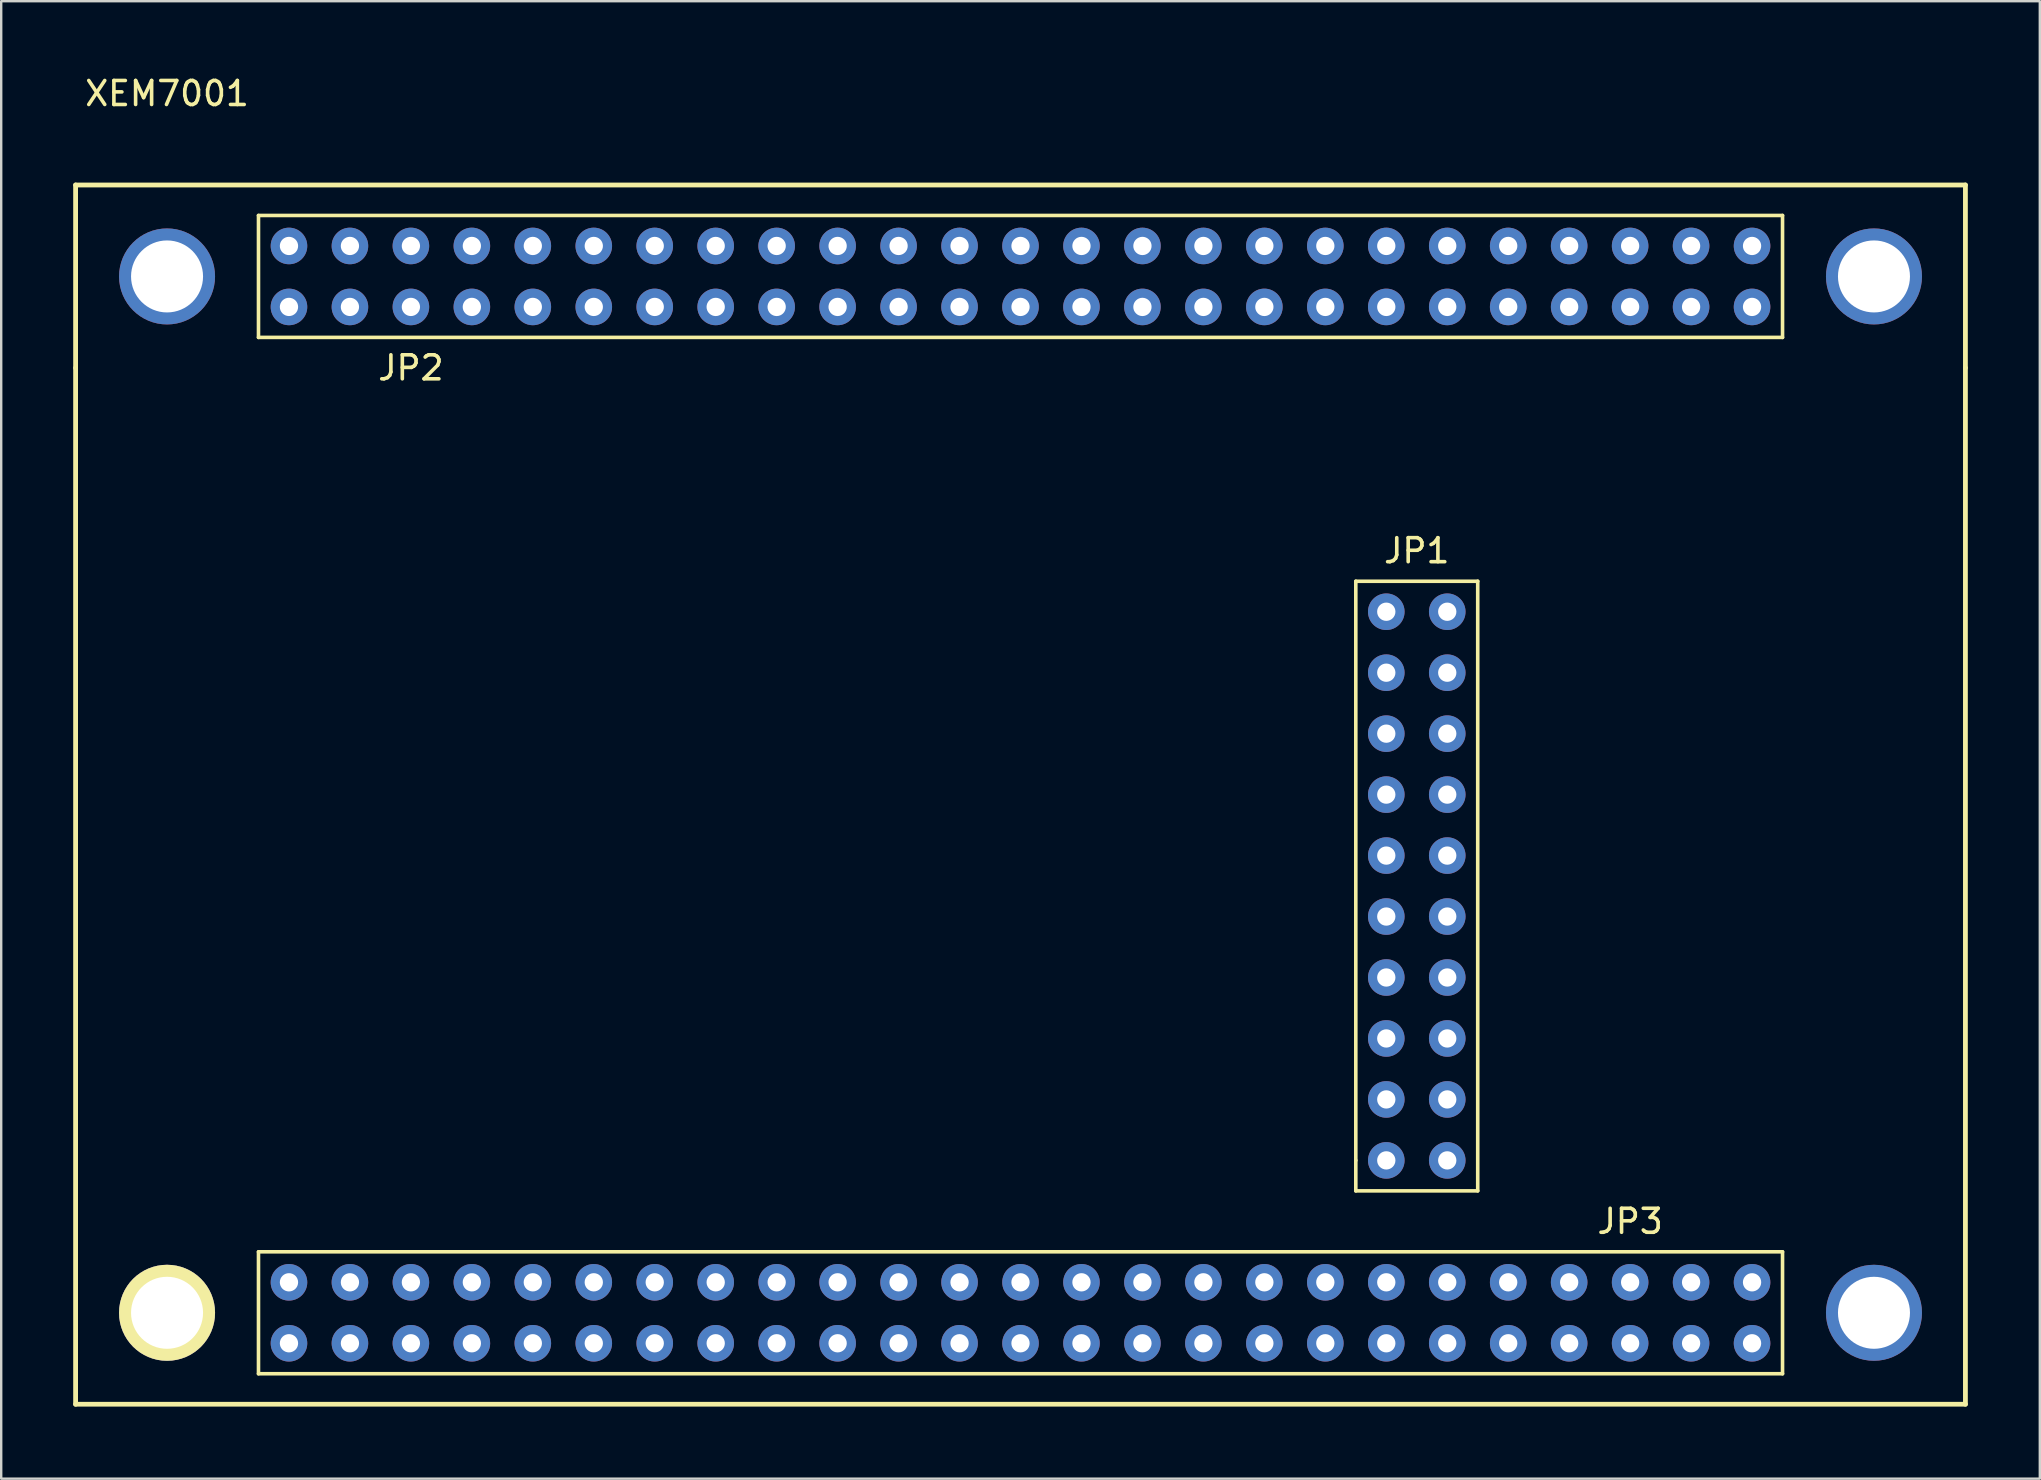
<source format=kicad_pcb>
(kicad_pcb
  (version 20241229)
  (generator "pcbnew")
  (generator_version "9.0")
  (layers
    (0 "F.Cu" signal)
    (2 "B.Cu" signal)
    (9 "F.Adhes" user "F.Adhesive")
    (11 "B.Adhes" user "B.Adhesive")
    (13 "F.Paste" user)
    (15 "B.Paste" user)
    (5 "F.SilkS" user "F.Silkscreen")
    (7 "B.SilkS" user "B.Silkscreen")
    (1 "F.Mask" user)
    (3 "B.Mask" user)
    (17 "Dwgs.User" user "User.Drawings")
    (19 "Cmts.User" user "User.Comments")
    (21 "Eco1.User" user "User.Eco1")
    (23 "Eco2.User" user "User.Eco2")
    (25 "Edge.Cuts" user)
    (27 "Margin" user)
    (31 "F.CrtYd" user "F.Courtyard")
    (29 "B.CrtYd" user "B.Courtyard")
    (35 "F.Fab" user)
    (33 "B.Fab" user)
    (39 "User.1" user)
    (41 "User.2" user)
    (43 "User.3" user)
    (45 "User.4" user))
  (footprint "XEM7001"
    (layer "F.Cu")
    (at 38.2 30.058)
    (property "Reference" "XEM7001" (at -34.29 -29.21 0) (layer "F.SilkS") (effects (font (size 1 1) (thickness 0.15))))
    (attr through_hole)
    (fp_line (start -38.1 -25.4) (end 40.64 -25.4) (stroke (width 0.2) (type solid)) (layer "F.SilkS"))
    (fp_line (start -38.1 -17.78) (end -38.1 -25.4) (stroke (width 0.2) (type solid)) (layer "F.SilkS"))
    (fp_line (start -38.1 25.4) (end -38.1 -17.78) (stroke (width 0.2) (type solid)) (layer "F.SilkS"))
    (fp_line (start -30.48 -24.13) (end -30.48 -19.05) (stroke (width 0.15) (type solid)) (layer "F.SilkS"))
    (fp_line (start -30.48 -19.05) (end 33.02 -19.05) (stroke (width 0.15) (type solid)) (layer "F.SilkS"))
    (fp_line (start -30.48 19.05) (end -30.48 24.13) (stroke (width 0.15) (type solid)) (layer "F.SilkS"))
    (fp_line (start -30.48 24.13) (end 33.02 24.13) (stroke (width 0.15) (type solid)) (layer "F.SilkS"))
    (fp_line (start 15.24 -8.89) (end 15.24 15.24) (stroke (width 0.15) (type solid)) (layer "F.SilkS"))
    (fp_line (start 15.24 15.24) (end 15.24 16.51) (stroke (width 0.15) (type solid)) (layer "F.SilkS"))
    (fp_line (start 15.24 16.51) (end 20.32 16.51) (stroke (width 0.15) (type solid)) (layer "F.SilkS"))
    (fp_line (start 20.32 -8.89) (end 15.24 -8.89) (stroke (width 0.15) (type solid)) (layer "F.SilkS"))
    (fp_line (start 20.32 16.51) (end 20.32 -8.89) (stroke (width 0.15) (type solid)) (layer "F.SilkS"))
    (fp_line (start 33.02 -24.13) (end -30.48 -24.13) (stroke (width 0.15) (type solid)) (layer "F.SilkS"))
    (fp_line (start 33.02 -19.05) (end 33.02 -24.13) (stroke (width 0.15) (type solid)) (layer "F.SilkS"))
    (fp_line (start 33.02 19.05) (end -30.48 19.05) (stroke (width 0.15) (type solid)) (layer "F.SilkS"))
    (fp_line (start 33.02 24.13) (end 33.02 19.05) (stroke (width 0.15) (type solid)) (layer "F.SilkS"))
    (fp_line (start 40.64 -25.4) (end 40.64 -17.78) (stroke (width 0.2) (type solid)) (layer "F.SilkS"))
    (fp_line (start 40.64 -17.78) (end 40.64 25.4) (stroke (width 0.2) (type solid)) (layer "F.SilkS"))
    (fp_line (start 40.64 25.4) (end -38.1 25.4) (stroke (width 0.2) (type solid)) (layer "F.SilkS"))
    (fp_text user "JP1" (at 17.78 -10.16 0) (layer "F.SilkS") (effects (font (size 1 1) (thickness 0.15))))
    (fp_text user "JP3" (at 26.67 17.78 0) (layer "F.SilkS") (effects (font (size 1 1) (thickness 0.15))))
    (fp_text user "JP2" (at -24.13 -17.78 0) (layer "F.SilkS") (effects (font (size 1 1) (thickness 0.15))))
    (pad "" np_thru_hole circle (at -34.29 -21.59) (size 4 4) (drill 3) (layers "*.Cu" "*.Mask"))
    (pad "" np_thru_hole circle (at -34.29 21.59) (size 4 4) (drill 3) (layers "*.Cu" "*.Mask" "F.SilkS"))
    (pad "" np_thru_hole circle (at 36.83 -21.59) (size 4 4) (drill 3) (layers "*.Cu" "*.Mask"))
    (pad "" np_thru_hole circle (at 36.83 21.59) (size 4 4) (drill 3) (layers "*.Cu" "*.Mask"))
    (pad "3.3A" thru_hole circle (at 21.59 -22.86) (size 1.524 1.524) (drill 0.762) (layers "*.Cu" "*.Mask"))
    (pad "3.3B" thru_hole circle (at 21.59 -20.32) (size 1.524 1.524) (drill 0.762) (layers "*.Cu" "*.Mask"))
    (pad "3.3C" thru_hole circle (at -19.05 -22.86) (size 1.524 1.524) (drill 0.762) (layers "*.Cu" "*.Mask"))
    (pad "3.3D" thru_hole circle (at -19.05 -20.32) (size 1.524 1.524) (drill 0.762) (layers "*.Cu" "*.Mask"))
    (pad "3.3E" thru_hole circle (at 16.51 -7.62) (size 1.524 1.524) (drill 0.762) (layers "*.Cu" "*.Mask"))
    (pad "3.3F" thru_hole circle (at 19.05 -7.62) (size 1.524 1.524) (drill 0.762) (layers "*.Cu" "*.Mask"))
    (pad "3.3G" thru_hole circle (at 21.59 20.32) (size 1.524 1.524) (drill 0.762) (layers "*.Cu" "*.Mask"))
    (pad "3.3H" thru_hole circle (at 21.59 22.86) (size 1.524 1.524) (drill 0.762) (layers "*.Cu" "*.Mask"))
    (pad "3.3I" thru_hole circle (at -19.05 20.32) (size 1.524 1.524) (drill 0.762) (layers "*.Cu" "*.Mask"))
    (pad "3.3J" thru_hole circle (at -19.05 22.86) (size 1.524 1.524) (drill 0.762) (layers "*.Cu" "*.Mask"))
    (pad "A2" thru_hole circle (at 16.51 10.16) (size 1.524 1.524) (drill 0.762) (layers "*.Cu" "*.Mask"))
    (pad "A3" thru_hole circle (at 19.05 10.16) (size 1.524 1.524) (drill 0.762) (layers "*.Cu" "*.Mask"))
    (pad "A8" thru_hole circle (at 29.21 20.32) (size 1.524 1.524) (drill 0.762) (layers "*.Cu" "*.Mask"))
    (pad "A9" thru_hole circle (at 24.13 20.32) (size 1.524 1.524) (drill 0.762) (layers "*.Cu" "*.Mask"))
    (pad "A10" thru_hole circle (at 19.05 22.86) (size 1.524 1.524) (drill 0.762) (layers "*.Cu" "*.Mask"))
    (pad "A12" thru_hole circle (at 13.97 22.86) (size 1.524 1.524) (drill 0.762) (layers "*.Cu" "*.Mask"))
    (pad "A13" thru_hole circle (at 6.35 20.32) (size 1.524 1.524) (drill 0.762) (layers "*.Cu" "*.Mask"))
    (pad "A14" thru_hole circle (at 6.35 22.86) (size 1.524 1.524) (drill 0.762) (layers "*.Cu" "*.Mask"))
    (pad "A15" thru_hole circle (at 1.27 22.86) (size 1.524 1.524) (drill 0.762) (layers "*.Cu" "*.Mask"))
    (pad "B1" thru_hole circle (at 16.51 7.62) (size 1.524 1.524) (drill 0.762) (layers "*.Cu" "*.Mask"))
    (pad "B2" thru_hole circle (at 19.05 7.62) (size 1.524 1.524) (drill 0.762) (layers "*.Cu" "*.Mask"))
    (pad "B9" thru_hole circle (at 19.05 20.32) (size 1.524 1.524) (drill 0.762) (layers "*.Cu" "*.Mask"))
    (pad "B10" thru_hole circle (at 16.51 20.32) (size 1.524 1.524) (drill 0.762) (layers "*.Cu" "*.Mask"))
    (pad "B12" thru_hole circle (at 13.97 20.32) (size 1.524 1.524) (drill 0.762) (layers "*.Cu" "*.Mask"))
    (pad "B14" thru_hole circle (at 3.81 22.86) (size 1.524 1.524) (drill 0.762) (layers "*.Cu" "*.Mask"))
    (pad "B15" thru_hole circle (at -1.27 20.32) (size 1.524 1.524) (drill 0.762) (layers "*.Cu" "*.Mask"))
    (pad "B16" thru_hole circle (at -1.27 22.86) (size 1.524 1.524) (drill 0.762) (layers "*.Cu" "*.Mask"))
    (pad "C1" thru_hole circle (at 16.51 5.08) (size 1.524 1.524) (drill 0.762) (layers "*.Cu" "*.Mask"))
    (pad "C2" thru_hole circle (at 19.05 5.08) (size 1.524 1.524) (drill 0.762) (layers "*.Cu" "*.Mask"))
    (pad "C4" thru_hole circle (at 19.05 12.7) (size 1.524 1.524) (drill 0.762) (layers "*.Cu" "*.Mask"))
    (pad "C8" thru_hole circle (at 26.67 20.32) (size 1.524 1.524) (drill 0.762) (layers "*.Cu" "*.Mask"))
    (pad "C9" thru_hole circle (at 24.13 22.86) (size 1.524 1.524) (drill 0.762) (layers "*.Cu" "*.Mask"))
    (pad "C11" thru_hole circle (at 16.51 22.86) (size 1.524 1.524) (drill 0.762) (layers "*.Cu" "*.Mask"))
    (pad "C12" thru_hole circle (at 11.43 20.32) (size 1.524 1.524) (drill 0.762) (layers "*.Cu" "*.Mask"))
    (pad "C14" thru_hole circle (at 1.27 20.32) (size 1.524 1.524) (drill 0.762) (layers "*.Cu" "*.Mask"))
    (pad "C16" thru_hole circle (at -3.81 20.32) (size 1.524 1.524) (drill 0.762) (layers "*.Cu" "*.Mask"))
    (pad "CLK1" thru_hole circle (at 29.21 -22.86) (size 1.524 1.524) (drill 0.762) (layers "*.Cu" "*.Mask"))
    (pad "CLK2" thru_hole circle (at -26.67 22.86) (size 1.524 1.524) (drill 0.762) (layers "*.Cu" "*.Mask"))
    (pad "D1" thru_hole circle (at 19.05 2.54) (size 1.524 1.524) (drill 0.762) (layers "*.Cu" "*.Mask"))
    (pad "D4" thru_hole circle (at 16.51 12.7) (size 1.524 1.524) (drill 0.762) (layers "*.Cu" "*.Mask"))
    (pad "D9" thru_hole circle (at 29.21 22.86) (size 1.524 1.524) (drill 0.762) (layers "*.Cu" "*.Mask"))
    (pad "D10" thru_hole circle (at 26.67 22.86) (size 1.524 1.524) (drill 0.762) (layers "*.Cu" "*.Mask"))
    (pad "D14" thru_hole circle (at -8.89 22.86) (size 1.524 1.524) (drill 0.762) (layers "*.Cu" "*.Mask"))
    (pad "D15" thru_hole circle (at -3.81 22.86) (size 1.524 1.524) (drill 0.762) (layers "*.Cu" "*.Mask"))
    (pad "D16" thru_hole circle (at -8.89 20.32) (size 1.524 1.524) (drill 0.762) (layers "*.Cu" "*.Mask"))
    (pad "E1" thru_hole circle (at 19.05 0) (size 1.524 1.524) (drill 0.762) (layers "*.Cu" "*.Mask"))
    (pad "E2" thru_hole circle (at 16.51 2.54) (size 1.524 1.524) (drill 0.762) (layers "*.Cu" "*.Mask"))
    (pad "E12" thru_hole circle (at -26.67 20.32) (size 1.524 1.524) (drill 0.762) (layers "*.Cu" "*.Mask"))
    (pad "E13" thru_hole circle (at 3.81 20.32) (size 1.524 1.524) (drill 0.762) (layers "*.Cu" "*.Mask"))
    (pad "E15" thru_hole circle (at -11.43 22.86) (size 1.524 1.524) (drill 0.762) (layers "*.Cu" "*.Mask"))
    (pad "E16" thru_hole circle (at -11.43 20.32) (size 1.524 1.524) (drill 0.762) (layers "*.Cu" "*.Mask"))
    (pad "F2" thru_hole circle (at 16.51 0) (size 1.524 1.524) (drill 0.762) (layers "*.Cu" "*.Mask"))
    (pad "F13" thru_hole circle (at 11.43 22.86) (size 1.524 1.524) (drill 0.762) (layers "*.Cu" "*.Mask"))
    (pad "F14" thru_hole circle (at -13.97 22.86) (size 1.524 1.524) (drill 0.762) (layers "*.Cu" "*.Mask"))
    (pad "F15" thru_hole circle (at -24.13 20.32) (size 1.524 1.524) (drill 0.762) (layers "*.Cu" "*.Mask"))
    (pad "G1" thru_hole circle (at 16.51 -2.54) (size 1.524 1.524) (drill 0.762) (layers "*.Cu" "*.Mask"))
    (pad "G2" thru_hole circle (at 19.05 -2.54) (size 1.524 1.524) (drill 0.762) (layers "*.Cu" "*.Mask"))
    (pad "G14" thru_hole circle (at -24.13 22.86) (size 1.524 1.524) (drill 0.762) (layers "*.Cu" "*.Mask"))
    (pad "G15" thru_hole circle (at -13.97 20.32) (size 1.524 1.524) (drill 0.762) (layers "*.Cu" "*.Mask"))
    (pad "G16" thru_hole circle (at -16.51 22.86) (size 1.524 1.524) (drill 0.762) (layers "*.Cu" "*.Mask"))
    (pad "GNDa" thru_hole circle (at 31.75 -22.86) (size 1.524 1.524) (drill 0.762) (layers "*.Cu" "*.Mask"))
    (pad "GNDb" thru_hole circle (at 31.75 -20.32) (size 1.524 1.524) (drill 0.762) (layers "*.Cu" "*.Mask"))
    (pad "GNDc" thru_hole circle (at 8.89 -22.86) (size 1.524 1.524) (drill 0.762) (layers "*.Cu" "*.Mask"))
    (pad "GNDd" thru_hole circle (at 8.89 -20.32) (size 1.524 1.524) (drill 0.762) (layers "*.Cu" "*.Mask"))
    (pad "GNDe" thru_hole circle (at -6.35 -22.86) (size 1.524 1.524) (drill 0.762) (layers "*.Cu" "*.Mask"))
    (pad "GNDf" thru_hole circle (at -6.35 -20.32) (size 1.524 1.524) (drill 0.762) (layers "*.Cu" "*.Mask"))
    (pad "GNDg" thru_hole circle (at -29.21 -22.86) (size 1.524 1.524) (drill 0.762) (layers "*.Cu" "*.Mask"))
    (pad "GNDh" thru_hole circle (at -29.21 -20.32) (size 1.524 1.524) (drill 0.762) (layers "*.Cu" "*.Mask"))
    (pad "GNDi" thru_hole circle (at 16.51 15.24) (size 1.524 1.524) (drill 0.762) (layers "*.Cu" "*.Mask"))
    (pad "GNDj" thru_hole circle (at 19.05 15.24) (size 1.524 1.524) (drill 0.762) (layers "*.Cu" "*.Mask"))
    (pad "GNDk" thru_hole circle (at 31.75 20.32) (size 1.524 1.524) (drill 0.762) (layers "*.Cu" "*.Mask"))
    (pad "GNDl" thru_hole circle (at 31.75 22.86) (size 1.524 1.524) (drill 0.762) (layers "*.Cu" "*.Mask"))
    (pad "GNDm" thru_hole circle (at 8.89 22.86) (size 1.524 1.524) (drill 0.762) (layers "*.Cu" "*.Mask"))
    (pad "GNDn" thru_hole circle (at 8.89 20.32) (size 1.524 1.524) (drill 0.762) (layers "*.Cu" "*.Mask"))
    (pad "GNDo" thru_hole circle (at -6.35 20.32) (size 1.524 1.524) (drill 0.762) (layers "*.Cu" "*.Mask"))
    (pad "GNDp" thru_hole circle (at -6.35 22.86) (size 1.524 1.524) (drill 0.762) (layers "*.Cu" "*.Mask"))
    (pad "GNDq" thru_hole circle (at -29.21 20.32) (size 1.524 1.524) (drill 0.762) (layers "*.Cu" "*.Mask"))
    (pad "GNDr" thru_hole circle (at -29.21 22.86) (size 1.524 1.524) (drill 0.762) (layers "*.Cu" "*.Mask"))
    (pad "H1" thru_hole circle (at 16.51 -5.08) (size 1.524 1.524) (drill 0.762) (layers "*.Cu" "*.Mask"))
    (pad "H2" thru_hole circle (at 19.05 -5.08) (size 1.524 1.524) (drill 0.762) (layers "*.Cu" "*.Mask"))
    (pad "H13" thru_hole circle (at -21.59 20.32) (size 1.524 1.524) (drill 0.762) (layers "*.Cu" "*.Mask"))
    (pad "H14" thru_hole circle (at -16.51 20.32) (size 1.524 1.524) (drill 0.762) (layers "*.Cu" "*.Mask"))
    (pad "H16" thru_hole circle (at -21.59 22.86) (size 1.524 1.524) (drill 0.762) (layers "*.Cu" "*.Mask"))
    (pad "J1" thru_hole circle (at 26.67 -22.86) (size 1.524 1.524) (drill 0.762) (layers "*.Cu" "*.Mask"))
    (pad "J3" thru_hole circle (at 26.67 -20.32) (size 1.524 1.524) (drill 0.762) (layers "*.Cu" "*.Mask"))
    (pad "K1" thru_hole circle (at 24.13 -20.32) (size 1.524 1.524) (drill 0.762) (layers "*.Cu" "*.Mask"))
    (pad "K2" thru_hole circle (at 24.13 -22.86) (size 1.524 1.524) (drill 0.762) (layers "*.Cu" "*.Mask"))
    (pad "K3" thru_hole circle (at 19.05 -20.32) (size 1.524 1.524) (drill 0.762) (layers "*.Cu" "*.Mask"))
    (pad "L2" thru_hole circle (at 19.05 -22.86) (size 1.524 1.524) (drill 0.762) (layers "*.Cu" "*.Mask"))
    (pad "L3" thru_hole circle (at 16.51 -22.86) (size 1.524 1.524) (drill 0.762) (layers "*.Cu" "*.Mask"))
    (pad "L4" thru_hole circle (at 13.97 -20.32) (size 1.524 1.524) (drill 0.762) (layers "*.Cu" "*.Mask"))
    (pad "M1" thru_hole circle (at 16.51 -20.32) (size 1.524 1.524) (drill 0.762) (layers "*.Cu" "*.Mask"))
    (pad "M2" thru_hole circle (at 13.97 -22.86) (size 1.524 1.524) (drill 0.762) (layers "*.Cu" "*.Mask"))
    (pad "M4" thru_hole circle (at 11.43 -22.86) (size 1.524 1.524) (drill 0.762) (layers "*.Cu" "*.Mask"))
    (pad "N1" thru_hole circle (at 11.43 -20.32) (size 1.524 1.524) (drill 0.762) (layers "*.Cu" "*.Mask"))
    (pad "N2" thru_hole circle (at 6.35 -22.86) (size 1.524 1.524) (drill 0.762) (layers "*.Cu" "*.Mask"))
    (pad "N3" thru_hole circle (at 6.35 -20.32) (size 1.524 1.524) (drill 0.762) (layers "*.Cu" "*.Mask"))
    (pad "N4" thru_hole circle (at -3.81 -20.32) (size 1.524 1.524) (drill 0.762) (layers "*.Cu" "*.Mask"))
    (pad "N6" thru_hole circle (at -11.43 -20.32) (size 1.524 1.524) (drill 0.762) (layers "*.Cu" "*.Mask"))
    (pad "P1" thru_hole circle (at 3.81 -22.86) (size 1.524 1.524) (drill 0.762) (layers "*.Cu" "*.Mask"))
    (pad "P3" thru_hole circle (at 1.27 -20.32) (size 1.524 1.524) (drill 0.762) (layers "*.Cu" "*.Mask"))
    (pad "P4" thru_hole circle (at -8.89 -22.86) (size 1.524 1.524) (drill 0.762) (layers "*.Cu" "*.Mask"))
    (pad "P5" thru_hole circle (at -11.43 -22.86) (size 1.524 1.524) (drill 0.762) (layers "*.Cu" "*.Mask"))
    (pad "P8" thru_hole circle (at -13.97 -20.32) (size 1.524 1.524) (drill 0.762) (layers "*.Cu" "*.Mask"))
    (pad "P10" thru_hole circle (at 29.21 -20.32) (size 1.524 1.524) (drill 0.762) (layers "*.Cu" "*.Mask"))
    (pad "R1" thru_hole circle (at 3.81 -20.32) (size 1.524 1.524) (drill 0.762) (layers "*.Cu" "*.Mask"))
    (pad "R2" thru_hole circle (at 1.27 -22.86) (size 1.524 1.524) (drill 0.762) (layers "*.Cu" "*.Mask"))
    (pad "R3" thru_hole circle (at -1.27 -20.32) (size 1.524 1.524) (drill 0.762) (layers "*.Cu" "*.Mask"))
    (pad "R5" thru_hole circle (at -13.97 -22.86) (size 1.524 1.524) (drill 0.762) (layers "*.Cu" "*.Mask"))
    (pad "R6" thru_hole circle (at -16.51 -20.32) (size 1.524 1.524) (drill 0.762) (layers "*.Cu" "*.Mask"))
    (pad "R7" thru_hole circle (at -21.59 -20.32) (size 1.524 1.524) (drill 0.762) (layers "*.Cu" "*.Mask"))
    (pad "R8" thru_hole circle (at -24.13 -20.32) (size 1.524 1.524) (drill 0.762) (layers "*.Cu" "*.Mask"))
    (pad "T2" thru_hole circle (at -1.27 -22.86) (size 1.524 1.524) (drill 0.762) (layers "*.Cu" "*.Mask"))
    (pad "T3" thru_hole circle (at -3.81 -22.86) (size 1.524 1.524) (drill 0.762) (layers "*.Cu" "*.Mask"))
    (pad "T4" thru_hole circle (at -8.89 -20.32) (size 1.524 1.524) (drill 0.762) (layers "*.Cu" "*.Mask"))
    (pad "T5" thru_hole circle (at -16.51 -22.86) (size 1.524 1.524) (drill 0.762) (layers "*.Cu" "*.Mask"))
    (pad "T7" thru_hole circle (at -24.13 -22.86) (size 1.524 1.524) (drill 0.762) (layers "*.Cu" "*.Mask"))
    (pad "T8" thru_hole circle (at -26.67 -22.86) (size 1.524 1.524) (drill 0.762) (layers "*.Cu" "*.Mask"))
    (pad "T9" thru_hole circle (at -21.59 -22.86) (size 1.524 1.524) (drill 0.762) (layers "*.Cu" "*.Mask"))
    (pad "T10" thru_hole circle (at -26.67 -20.32) (size 1.524 1.524) (drill 0.762) (layers "*.Cu" "*.Mask")))
  (gr_rect
    (start -3 -3)
    (end 81.94 58.558)
    (stroke (width 0.1) (type default))
    (fill no)
    (layer "Edge.Cuts")))
</source>
